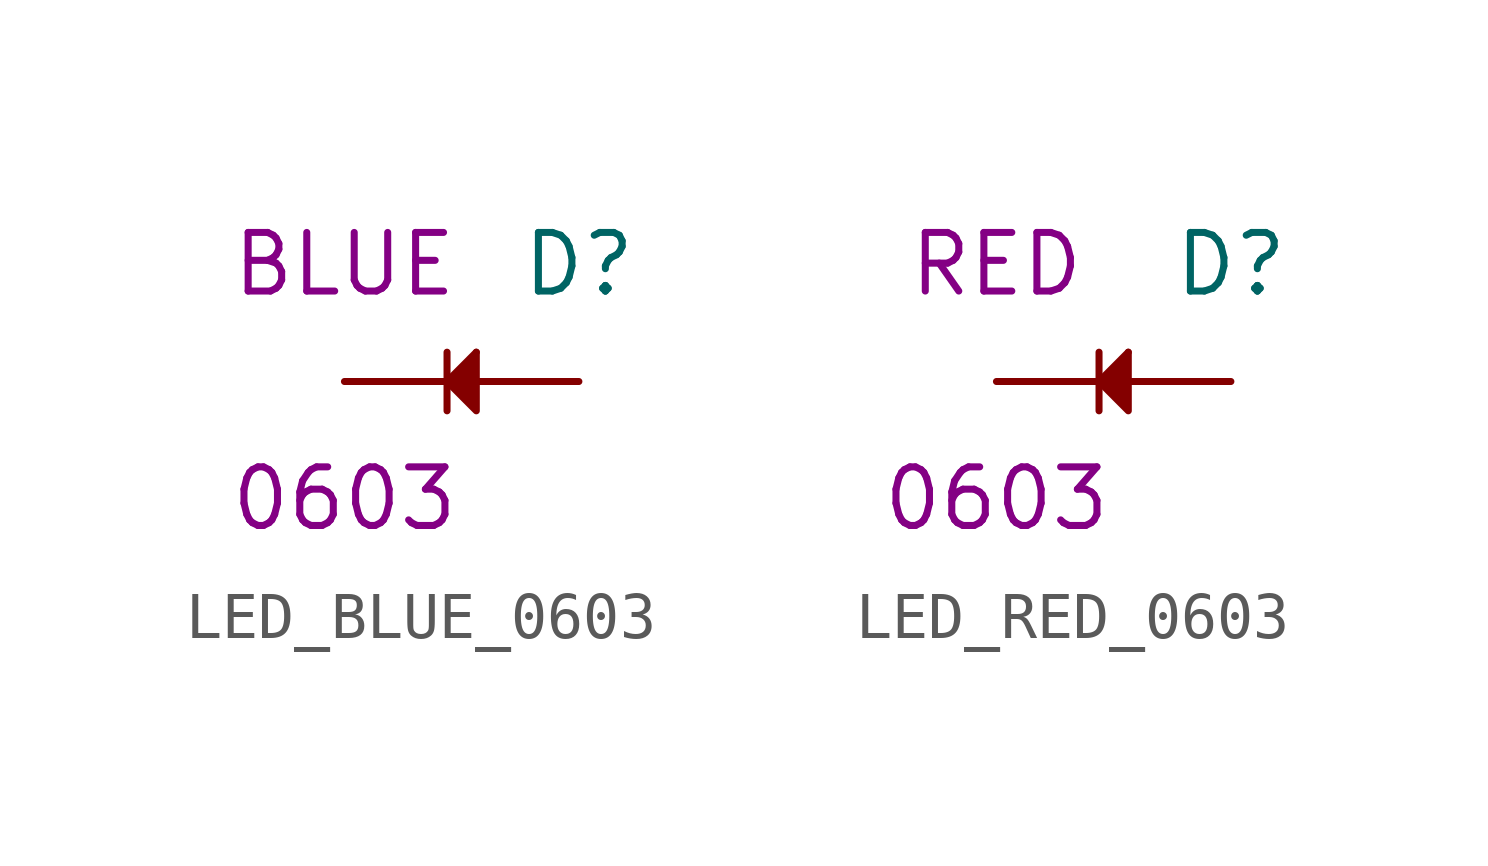
<source format=kicad_sym>
(kicad_symbol_lib
  (version 20211014)
  (generator kicad_symbol_editor)
  (symbol "LED_BLUE_0603"
    (pin_numbers hide)
    (pin_names
      (offset 0) hide)
    (property "Reference" "D"
      (at 5.08 2.54 0)
      (effects (font (size 1.27 1.27))))
    (property "Package" "0603"
      (at 0 -2.54 0)
      (effects (font (size 1.27 1.27))))
    (property "Property" "BLUE"
      (at 0 2.54 0)
      (effects (font (size 1.27 1.27))))
    (symbol "LED_BLUE_0603_0_1"
      (polyline (pts (xy 2.223 0.635) (xy 2.223 -0.635)) (stroke (width 0) (type default) (color 0 0 0 0)) (fill (type none)))
      (polyline (pts (xy 2.857 0.635) (xy 2.223 0)) (stroke (width 0) (type default) (color 0 0 0 0)) (fill (type none)))
      (polyline (pts (xy 2.857 0.635) (xy 2.857 -0.635) (xy 2.223 0)) (stroke (width 0) (type default) (color 0 0 0 0)) (fill (type outline))))
    (symbol "LED_BLUE_0603_1_1"
      (pin passive line (at 0 0 0) (length 2.159) (name "~" (effects (font (size 1.27 1.27)))) (number "1" (effects (font (size 1.27 1.27)))))
      (pin passive line (at 5.08 0 180) (length 2.159) (name "~" (effects (font (size 1.27 1.27)))) (number "2" (effects (font (size 1.27 1.27)))))))
  (symbol "LED_RED_0603"
    (pin_numbers hide)
    (pin_names
      (offset 0) hide)
    (property "Reference" "D"
      (at 5.08 2.54 0)
      (effects (font (size 1.27 1.27))))
    (property "Package" "0603"
      (at 0 -2.54 0)
      (effects (font (size 1.27 1.27))))
    (property "Property" "RED"
      (at 0 2.54 0)
      (effects (font (size 1.27 1.27))))
    (symbol "LED_RED_0603_0_1"
      (polyline (pts (xy 2.223 0.635) (xy 2.223 -0.635)) (stroke (width 0) (type default) (color 0 0 0 0)) (fill (type none)))
      (polyline (pts (xy 2.857 0.635) (xy 2.223 0)) (stroke (width 0) (type default) (color 0 0 0 0)) (fill (type none)))
      (polyline (pts (xy 2.857 0.635) (xy 2.857 -0.635) (xy 2.223 0)) (stroke (width 0) (type default) (color 0 0 0 0)) (fill (type outline))))
    (symbol "LED_RED_0603_1_1"
      (pin passive line (at 0 0 0) (length 2.159) (name "~" (effects (font (size 1.27 1.27)))) (number "1" (effects (font (size 1.27 1.27)))))
      (pin passive line (at 5.08 0 180) (length 2.159) (name "~" (effects (font (size 1.27 1.27)))) (number "2" (effects (font (size 1.27 1.27))))))))
</source>
